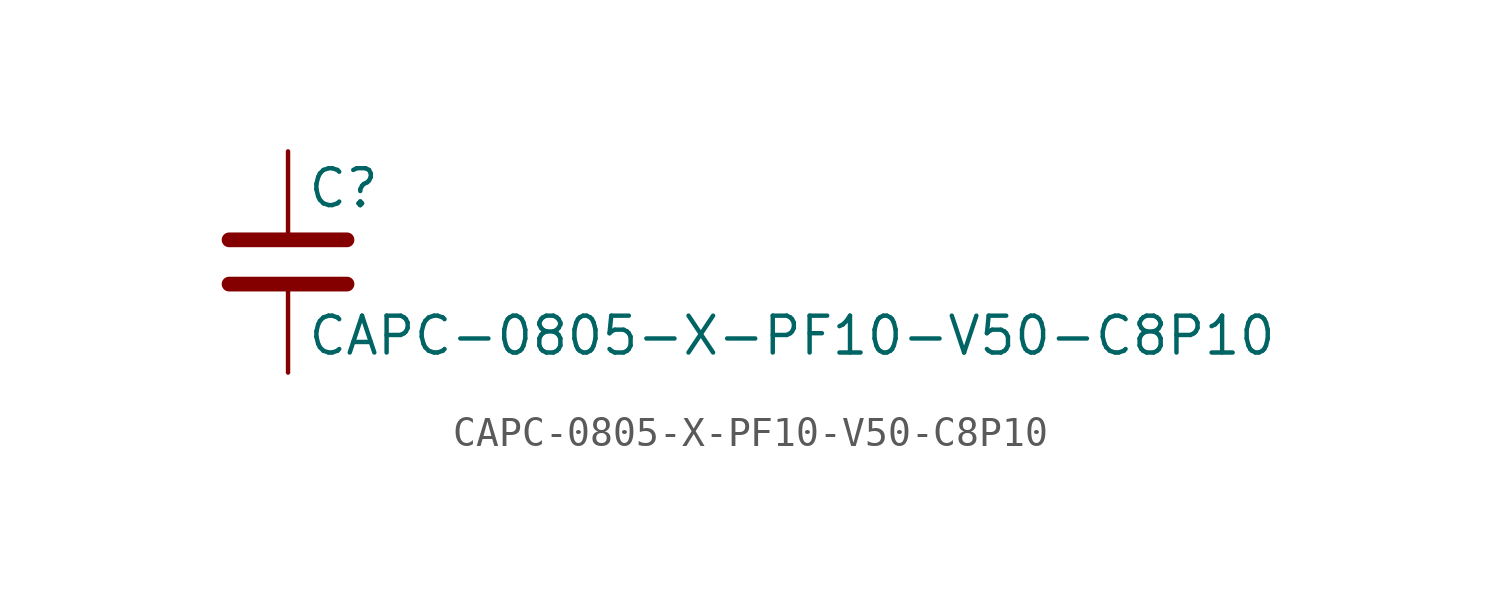
<source format=kicad_sym>
(kicad_symbol_lib
  (version 20211014)
  (generator kicad_symbol_editor)
  (symbol "CAPC-0805-X-PF10-V50-C8P10"
    (pin_numbers hide)
    (pin_names
      (offset 0.254))
    (property "Reference" "C"
      (at 0.635 2.54 0)
      (effects (font (size 1.27 1.27)) (justify left)))
    (property "Value" "CAPC-0805-X-PF10-V50-C8P10"
      (at 0.635 -2.54 0)
      (effects (font (size 1.27 1.27)) (justify left)))
    (symbol "CAPC-0805-X-PF10-V50-C8P10_0_1"
      (polyline (pts (xy -2.032 -0.762) (xy 2.032 -0.762)) (stroke (width 0.508) (type default) (color 0 0 0 0)) (fill (type none)))
      (polyline (pts (xy -2.032 0.762) (xy 2.032 0.762)) (stroke (width 0.508) (type default) (color 0 0 0 0)) (fill (type none))))
    (symbol "CAPC-0805-X-PF10-V50-C8P10_1_1"
      (pin passive line (at 0 3.81 270) (length 2.794) (name "~" (effects (font (size 1.27 1.27)))) (number "1" (effects (font (size 1.27 1.27)))))
      (pin passive line (at 0 -3.81 90) (length 2.794) (name "~" (effects (font (size 1.27 1.27)))) (number "2" (effects (font (size 1.27 1.27))))))))
</source>
